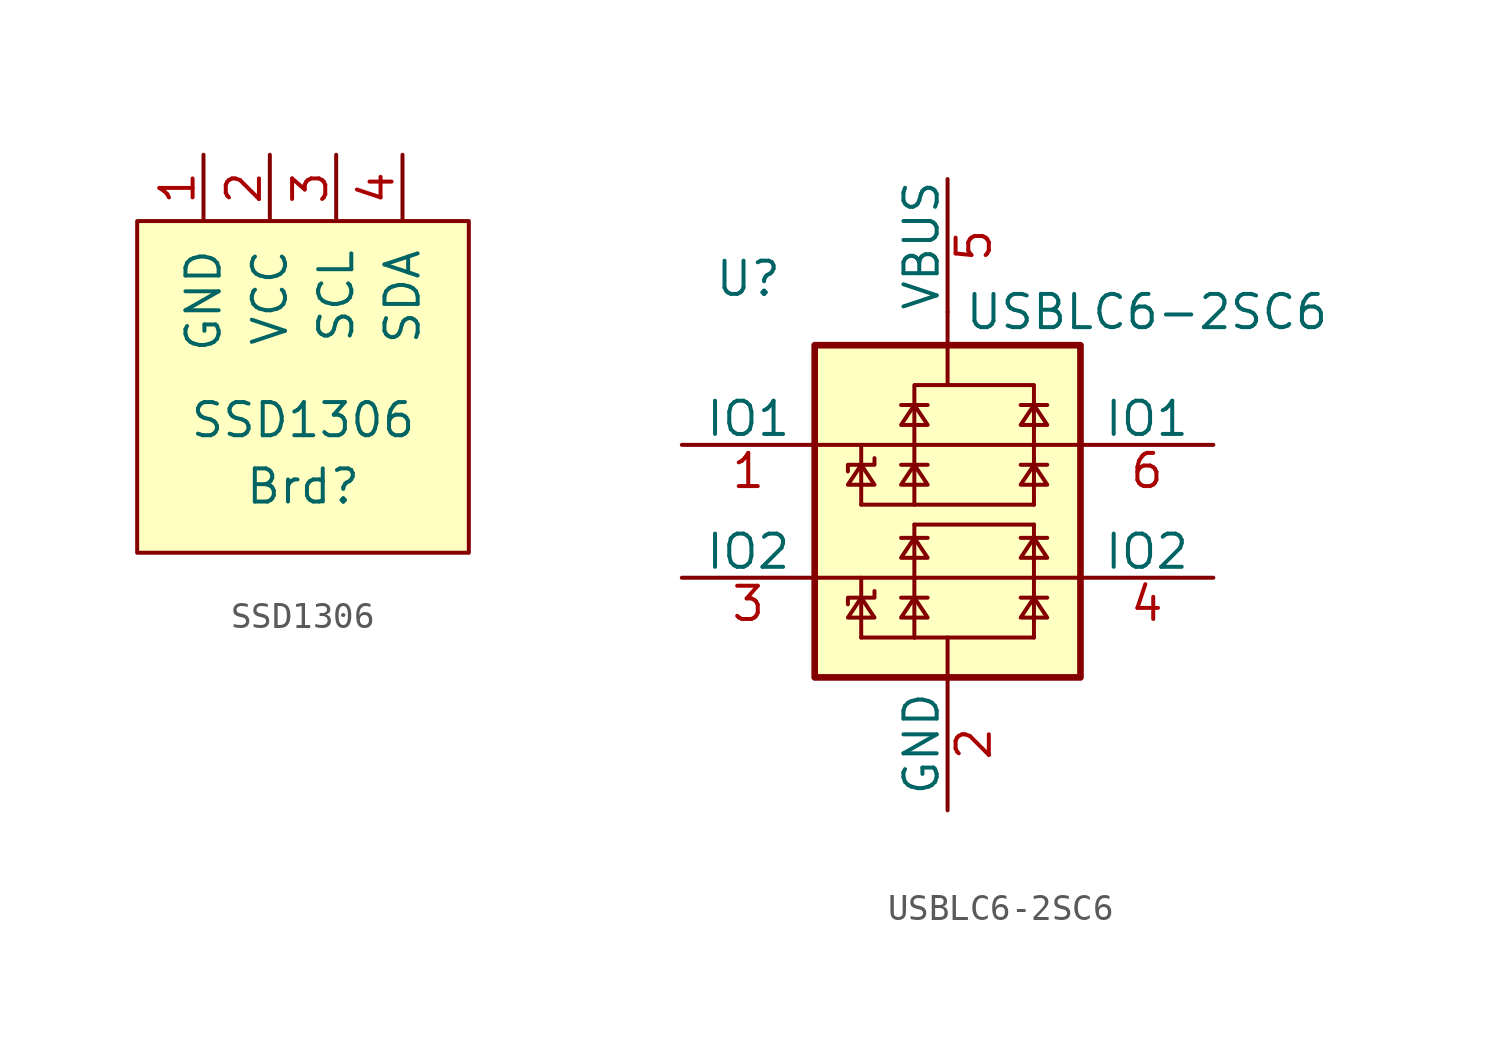
<source format=kicad_sym>
(kicad_symbol_lib
  (version 20201005)
  (generator kicad_symbol_editor)
  (symbol "0xcb:SSD1306"
    (pin_names
      (offset 1.016))
    (property "Reference" "Brd"
      (at 0 -3.81 0)
      (effects (font (size 1.27 1.27))))
    (property "Value" "SSD1306"
      (at 0 -1.27 0)
      (effects (font (size 1.27 1.27))))
    (symbol "SSD1306_0_1"
      (rectangle (start -6.35 6.35) (end 6.35 -6.35) (stroke (width 0)) (fill (type background))))
    (symbol "SSD1306_1_1"
      (pin input line (at -3.81 8.89 270) (length 2.54) (name "GND" (effects (font (size 1.27 1.27)))) (number "1" (effects (font (size 1.27 1.27)))))
      (pin input line (at -1.27 8.89 270) (length 2.54) (name "VCC" (effects (font (size 1.27 1.27)))) (number "2" (effects (font (size 1.27 1.27)))))
      (pin input line (at 1.27 8.89 270) (length 2.54) (name "SCL" (effects (font (size 1.27 1.27)))) (number "3" (effects (font (size 1.27 1.27)))))
      (pin input line (at 3.81 8.89 270) (length 2.54) (name "SDA" (effects (font (size 1.27 1.27)))) (number "4" (effects (font (size 1.27 1.27)))))))
  (symbol "0xcb:USBLC6-2SC6"
    (pin_names
      (offset 0))
    (property "Reference" "U"
      (at -7.62 8.89 0)
      (effects (font (size 1.27 1.27))))
    (property "Value" "USBLC6-2SC6"
      (at 7.62 7.62 0)
      (effects (font (size 1.27 1.27))))
    (symbol "USBLC6-2SC6_0_1"
      (rectangle (start -5.08 -6.35) (end 5.08 6.35) (stroke (width 0.254)) (fill (type background)))
      (polyline (pts (xy -5.08 -2.54) (xy 5.08 -2.54)) (stroke (width 0)) (fill (type none)))
      (polyline (pts (xy 5.08 2.54) (xy -5.08 2.54)) (stroke (width 0)) (fill (type none))))
    (symbol "USBLC6-2SC6_1_1"
      (polyline (pts (xy 0 4.826) (xy 0 7.62)) (stroke (width 0)) (fill (type none)))
      (polyline (pts (xy -3.302 -4.826) (xy -1.27 -4.826) (xy -1.27 -4.826)) (stroke (width 0)) (fill (type none)))
      (polyline (pts (xy -3.302 -3.302) (xy -3.302 -2.54) (xy -3.302 -2.54)) (stroke (width 0)) (fill (type none)))
      (polyline (pts (xy -3.302 0.254) (xy -3.302 1.778) (xy -3.302 1.016)) (stroke (width 0)) (fill (type none)))
      (polyline (pts (xy -3.302 0.254) (xy -1.27 0.254) (xy -1.27 0.254)) (stroke (width 0)) (fill (type none)))
      (polyline (pts (xy -3.302 1.778) (xy -3.302 2.54) (xy -3.302 2.54)) (stroke (width 0)) (fill (type none)))
      (polyline (pts (xy -1.778 -3.302) (xy -1.27 -3.302) (xy -0.762 -3.302)) (stroke (width 0)) (fill (type none)))
      (polyline (pts (xy -1.778 -1.016) (xy -1.27 -1.016) (xy -0.762 -1.016)) (stroke (width 0)) (fill (type none)))
      (polyline (pts (xy -1.778 1.778) (xy -1.27 1.778) (xy -0.762 1.778)) (stroke (width 0)) (fill (type none)))
      (polyline (pts (xy -1.778 4.064) (xy -1.27 4.064) (xy -0.762 4.064)) (stroke (width 0)) (fill (type none)))
      (polyline (pts (xy -1.27 -4.826) (xy -1.27 -3.302) (xy -1.27 -4.064)) (stroke (width 0)) (fill (type none)))
      (polyline (pts (xy -1.27 -4.826) (xy 3.302 -4.826) (xy 3.302 -4.826)) (stroke (width 0)) (fill (type none)))
      (polyline (pts (xy -1.27 -1.016) (xy -1.27 -0.508) (xy -1.27 -0.508)) (stroke (width 0)) (fill (type none)))
      (polyline (pts (xy -1.27 -0.508) (xy 3.302 -0.508) (xy 3.302 -0.508)) (stroke (width 0)) (fill (type none)))
      (polyline (pts (xy -1.27 0.254) (xy -1.27 1.778) (xy -1.27 1.016)) (stroke (width 0)) (fill (type none)))
      (polyline (pts (xy -1.27 0.254) (xy 3.302 0.254) (xy 3.302 0.254)) (stroke (width 0)) (fill (type none)))
      (polyline (pts (xy 0 -6.35) (xy 0 -4.826) (xy 0 -4.826)) (stroke (width 0)) (fill (type none)))
      (polyline (pts (xy 2.794 -3.302) (xy 3.302 -3.302) (xy 3.81 -3.302)) (stroke (width 0)) (fill (type none)))
      (polyline (pts (xy 2.794 -1.016) (xy 3.302 -1.016) (xy 3.81 -1.016)) (stroke (width 0)) (fill (type none)))
      (polyline (pts (xy 2.794 1.778) (xy 3.302 1.778) (xy 3.81 1.778)) (stroke (width 0)) (fill (type none)))
      (polyline (pts (xy 2.794 4.064) (xy 3.302 4.064) (xy 3.81 4.064)) (stroke (width 0)) (fill (type none)))
      (polyline (pts (xy 3.302 -1.016) (xy 3.302 -0.508) (xy 3.302 -0.508)) (stroke (width 0)) (fill (type none)))
      (polyline (pts (xy -3.302 -4.826) (xy -3.302 -3.302) (xy -3.302 -4.064) (xy -3.302 -4.064)) (stroke (width 0)) (fill (type none)))
      (polyline (pts (xy 3.302 -4.826) (xy 3.302 -3.302) (xy 3.302 -4.064) (xy 3.302 -4.064)) (stroke (width 0)) (fill (type none)))
      (polyline (pts (xy 3.302 0.254) (xy 3.302 1.778) (xy 3.302 1.016) (xy 3.302 1.016)) (stroke (width 0)) (fill (type none)))
      (polyline (pts (xy -3.302 -3.302) (xy -3.81 -4.064) (xy -2.794 -4.064) (xy -3.302 -3.302) (xy -3.302 -3.302)) (stroke (width 0)) (fill (type none)))
      (polyline (pts (xy -3.302 1.778) (xy -3.81 1.016) (xy -2.794 1.016) (xy -3.302 1.778) (xy -3.302 1.778)) (stroke (width 0)) (fill (type none)))
      (polyline (pts (xy -2.794 -3.048) (xy -2.794 -3.302) (xy -3.81 -3.302) (xy -3.81 -3.556) (xy -3.81 -3.556)) (stroke (width 0)) (fill (type none)))
      (polyline (pts (xy -2.794 2.032) (xy -2.794 1.778) (xy -3.81 1.778) (xy -3.81 1.524) (xy -3.81 1.524)) (stroke (width 0)) (fill (type none)))
      (polyline (pts (xy -1.27 -3.302) (xy -1.778 -4.064) (xy -0.762 -4.064) (xy -1.27 -3.302) (xy -1.27 -3.302)) (stroke (width 0)) (fill (type none)))
      (polyline (pts (xy -1.27 -3.302) (xy -1.27 -1.016) (xy -1.27 -1.778) (xy -1.27 -1.778) (xy -1.27 -1.778)) (stroke (width 0)) (fill (type none)))
      (polyline (pts (xy -1.27 -1.016) (xy -1.778 -1.778) (xy -0.762 -1.778) (xy -1.27 -1.016) (xy -1.27 -1.016)) (stroke (width 0)) (fill (type none)))
      (polyline (pts (xy -1.27 1.778) (xy -1.778 1.016) (xy -0.762 1.016) (xy -1.27 1.778) (xy -1.27 1.778)) (stroke (width 0)) (fill (type none)))
      (polyline (pts (xy -1.27 1.778) (xy -1.27 4.064) (xy -1.27 3.302) (xy -1.27 3.302) (xy -1.27 3.302)) (stroke (width 0)) (fill (type none)))
      (polyline (pts (xy -1.27 4.064) (xy -1.778 3.302) (xy -0.762 3.302) (xy -1.27 4.064) (xy -1.27 4.064)) (stroke (width 0)) (fill (type none)))
      (polyline (pts (xy -1.27 4.064) (xy -1.27 4.826) (xy 3.302 4.826) (xy 3.302 4.064) (xy 3.302 4.064)) (stroke (width 0)) (fill (type none)))
      (polyline (pts (xy 3.302 -3.302) (xy 2.794 -4.064) (xy 3.81 -4.064) (xy 3.302 -3.302) (xy 3.302 -3.302)) (stroke (width 0)) (fill (type none)))
      (polyline (pts (xy 3.302 -3.302) (xy 3.302 -1.016) (xy 3.302 -1.778) (xy 3.302 -1.778) (xy 3.302 -1.778)) (stroke (width 0)) (fill (type none)))
      (polyline (pts (xy 3.302 -1.016) (xy 2.794 -1.778) (xy 3.81 -1.778) (xy 3.302 -1.016) (xy 3.302 -1.016)) (stroke (width 0)) (fill (type none)))
      (polyline (pts (xy 3.302 1.778) (xy 2.794 1.016) (xy 3.81 1.016) (xy 3.302 1.778) (xy 3.302 1.778)) (stroke (width 0)) (fill (type none)))
      (polyline (pts (xy 3.302 1.778) (xy 3.302 4.064) (xy 3.302 3.302) (xy 3.302 3.302) (xy 3.302 3.302)) (stroke (width 0)) (fill (type none)))
      (polyline (pts (xy 3.302 4.064) (xy 2.794 3.302) (xy 3.81 3.302) (xy 3.302 4.064) (xy 3.302 4.064)) (stroke (width 0)) (fill (type none)))
      (pin passive line (at -10.16 2.54 0) (length 5.08) (name "IO1" (effects (font (size 1.27 1.27)))) (number "1" (effects (font (size 1.27 1.27)))))
      (pin passive line (at 0 -11.43 90) (length 5.08) (name "GND" (effects (font (size 1.27 1.27)))) (number "2" (effects (font (size 1.27 1.27)))))
      (pin passive line (at -10.16 -2.54 0) (length 5.08) (name "IO2" (effects (font (size 1.27 1.27)))) (number "3" (effects (font (size 1.27 1.27)))))
      (pin passive line (at 10.16 -2.54 180) (length 5.08) (name "IO2" (effects (font (size 1.27 1.27)))) (number "4" (effects (font (size 1.27 1.27)))))
      (pin passive line (at 0 12.7 270) (length 5.08) (name "VBUS" (effects (font (size 1.27 1.27)))) (number "5" (effects (font (size 1.27 1.27)))))
      (pin passive line (at 10.16 2.54 180) (length 5.08) (name "IO1" (effects (font (size 1.27 1.27)))) (number "6" (effects (font (size 1.27 1.27))))))))
</source>
